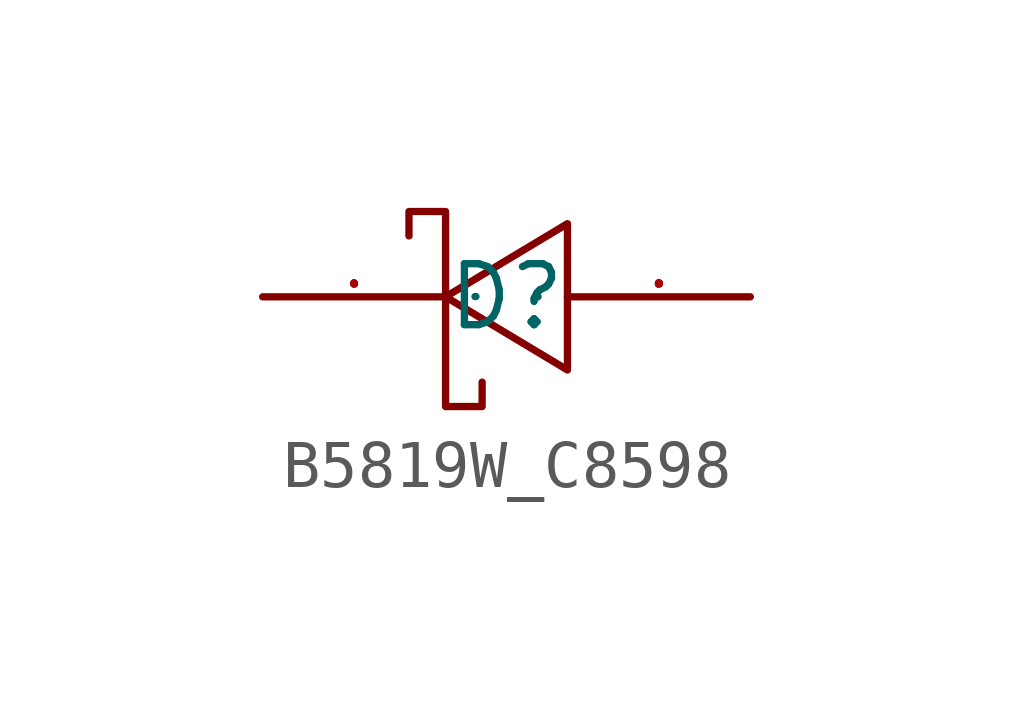
<source format=kicad_sym>
(kicad_symbol_lib
  (version 20241209)
  (generator "kicad_symbol_editor")
  (generator_version "9.0")
  (symbol "B5819W_C8598"
    (property "Reference" "D"
      (at 0 0 0)
      (effects (font (size 1.27 1.27))))
    (property "Value" ""
      (at 0 0 0)
      (effects (font (size 1.27 1.27))))
    (symbol "B5819W_C8598_1_0"
      (polyline (pts (xy -0.508 -1.778) (xy -0.508 -2.286) (xy -0.508 -2.286) (xy -1.27 -2.286) (xy -1.27 -2.286) (xy -1.27 1.016) (xy -1.27 1.016) (xy -1.27 1.778) (xy -1.27 1.778) (xy -2.032 1.778) (xy -2.032 1.778) (xy -2.032 1.27)) (stroke (width 0) (type default)) (fill (type none)))
      (polyline (pts (xy 1.27 1.524) (xy -1.27 0) (xy -1.27 0) (xy 1.27 -1.524) (xy 1.27 -1.524) (xy 1.27 1.524)) (stroke (width 0) (type default)) (fill (type none)))
      (pin unspecified line (at -5.08 0 0) (length 3.81) (name "-" (effects (font (size 0.025 0.025)))) (number "1" (effects (font (size 0.025 0.025)))))
      (pin unspecified line (at 5.08 0 180) (length 3.81) (name "+" (effects (font (size 0.025 0.025)))) (number "2" (effects (font (size 0.025 0.025))))))))
</source>
